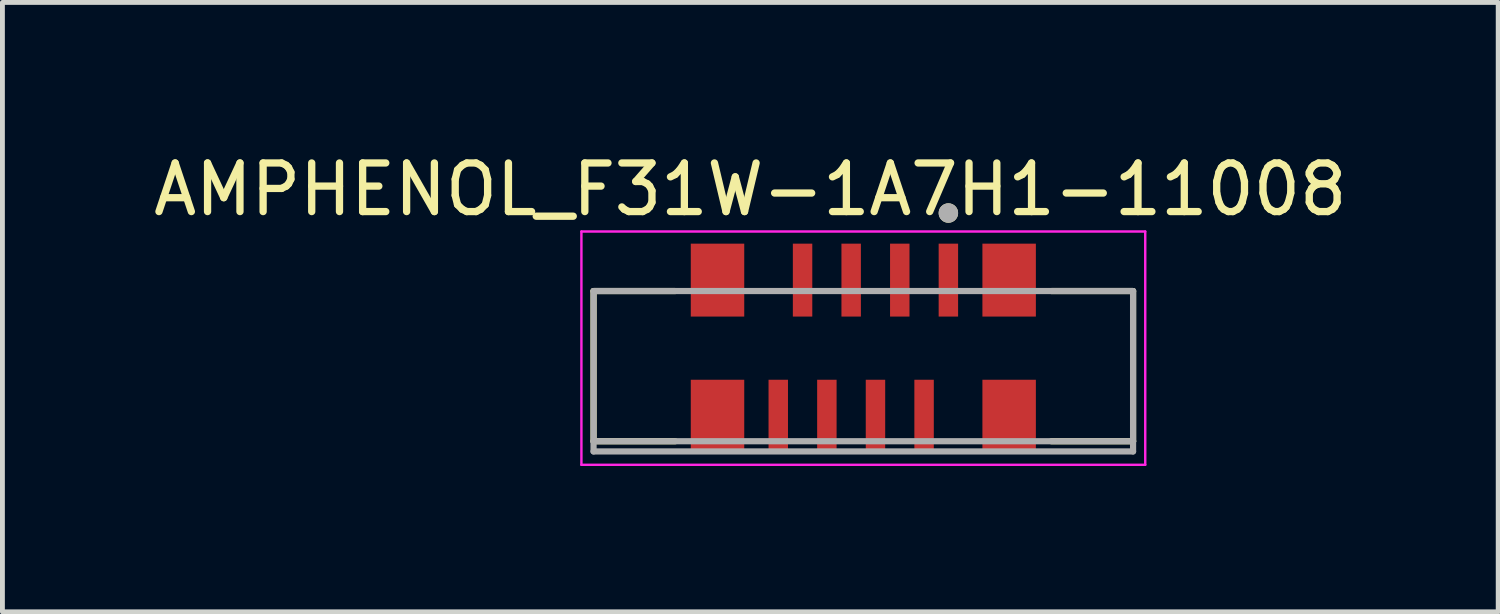
<source format=kicad_pcb>
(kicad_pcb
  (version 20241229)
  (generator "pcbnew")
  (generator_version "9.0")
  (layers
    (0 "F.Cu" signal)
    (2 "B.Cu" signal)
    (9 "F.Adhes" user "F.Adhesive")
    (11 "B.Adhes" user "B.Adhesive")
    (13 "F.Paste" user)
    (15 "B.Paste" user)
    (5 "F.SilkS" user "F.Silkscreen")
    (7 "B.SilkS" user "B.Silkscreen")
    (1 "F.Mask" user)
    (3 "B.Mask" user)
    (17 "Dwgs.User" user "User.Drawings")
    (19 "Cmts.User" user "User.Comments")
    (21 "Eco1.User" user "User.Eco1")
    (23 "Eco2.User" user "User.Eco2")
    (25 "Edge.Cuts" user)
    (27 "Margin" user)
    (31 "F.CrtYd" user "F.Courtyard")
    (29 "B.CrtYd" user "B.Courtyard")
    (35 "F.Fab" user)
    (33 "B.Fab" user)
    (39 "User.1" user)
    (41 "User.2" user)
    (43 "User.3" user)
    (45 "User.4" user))
  (footprint "AMPHENOL_F31W-1A7H1-11008"
    (layer "F.Cu")
    (at 14.712 4.483)
    (property "Reference" "AMPHENOL_F31W-1A7H1-11008" (at -2.325 -3.635 0) (layer "F.SilkS") (effects (font (size 1 1) (thickness 0.15))))
    (attr smd)
    (fp_line (start -5.55 -1.545) (end -5.55 1.545) (stroke (width 0.127) (type solid)) (layer "F.SilkS"))
    (fp_line (start -5.55 1.545) (end -3.87 1.545) (stroke (width 0.127) (type solid)) (layer "F.SilkS"))
    (fp_line (start -3.87 -1.545) (end -5.55 -1.545) (stroke (width 0.127) (type solid)) (layer "F.SilkS"))
    (fp_line (start 3.87 1.545) (end 5.55 1.545) (stroke (width 0.127) (type solid)) (layer "F.SilkS"))
    (fp_line (start 5.55 -1.545) (end 3.87 -1.545) (stroke (width 0.127) (type solid)) (layer "F.SilkS"))
    (fp_line (start 5.55 1.545) (end 5.55 -1.545) (stroke (width 0.127) (type solid)) (layer "F.SilkS"))
    (fp_circle (center 1.75 -3.15) (end 1.85 -3.15) (stroke (width 0.2) (type solid)) (fill no) (layer "F.SilkS"))
    (fp_line (start -5.8 -2.77) (end -5.8 2.03) (stroke (width 0.05) (type solid)) (layer "F.CrtYd"))
    (fp_line (start -5.8 2.03) (end 5.8 2.03) (stroke (width 0.05) (type solid)) (layer "F.CrtYd"))
    (fp_line (start 5.8 -2.77) (end -5.8 -2.77) (stroke (width 0.05) (type solid)) (layer "F.CrtYd"))
    (fp_line (start 5.8 2.03) (end 5.8 -2.77) (stroke (width 0.05) (type solid)) (layer "F.CrtYd"))
    (fp_line (start -5.55 -1.545) (end -5.55 1.545) (stroke (width 0.127) (type solid)) (layer "F.Fab"))
    (fp_line (start -5.55 1.545) (end -5.55 1.755) (stroke (width 0.127) (type solid)) (layer "F.Fab"))
    (fp_line (start -5.55 1.545) (end 5.55 1.545) (stroke (width 0.127) (type solid)) (layer "F.Fab"))
    (fp_line (start -5.55 1.755) (end 5.55 1.755) (stroke (width 0.127) (type solid)) (layer "F.Fab"))
    (fp_line (start 5.55 -1.545) (end -5.55 -1.545) (stroke (width 0.127) (type solid)) (layer "F.Fab"))
    (fp_line (start 5.55 1.545) (end 5.55 -1.545) (stroke (width 0.127) (type solid)) (layer "F.Fab"))
    (fp_line (start 5.55 1.755) (end 5.55 1.545) (stroke (width 0.127) (type solid)) (layer "F.Fab"))
    (fp_circle (center 1.75 -3.15) (end 1.85 -3.15) (stroke (width 0.2) (type solid)) (fill no) (layer "F.Fab"))
    (pad "1" smd rect (at 1.75 -1.77) (size 0.4 1.5) (layers "F.Cu" "F.Mask" "F.Paste"))
    (pad "2" smd rect (at 1.25 1.03) (size 0.4 1.5) (layers "F.Cu" "F.Mask" "F.Paste"))
    (pad "3" smd rect (at 0.75 -1.77) (size 0.4 1.5) (layers "F.Cu" "F.Mask" "F.Paste"))
    (pad "4" smd rect (at 0.25 1.03) (size 0.4 1.5) (layers "F.Cu" "F.Mask" "F.Paste"))
    (pad "5" smd rect (at -0.25 -1.77) (size 0.4 1.5) (layers "F.Cu" "F.Mask" "F.Paste"))
    (pad "6" smd rect (at -0.75 1.03) (size 0.4 1.5) (layers "F.Cu" "F.Mask" "F.Paste"))
    (pad "7" smd rect (at -1.25 -1.77) (size 0.4 1.5) (layers "F.Cu" "F.Mask" "F.Paste"))
    (pad "8" smd rect (at -1.75 1.03) (size 0.4 1.5) (layers "F.Cu" "F.Mask" "F.Paste"))
    (pad "SH1" smd rect (at 3 -1.77) (size 1.1 1.5) (layers "F.Cu" "F.Mask" "F.Paste"))
    (pad "SH2" smd rect (at 3 1.03) (size 1.1 1.5) (layers "F.Cu" "F.Mask" "F.Paste"))
    (pad "SH3" smd rect (at -3 -1.77) (size 1.1 1.5) (layers "F.Cu" "F.Mask" "F.Paste"))
    (pad "SH4" smd rect (at -3 1.03) (size 1.1 1.5) (layers "F.Cu" "F.Mask" "F.Paste")))
  (gr_rect
    (start -3 -3)
    (end 27.774 9.538)
    (stroke (width 0.1) (type default))
    (fill no)
    (layer "Edge.Cuts")))
</source>
